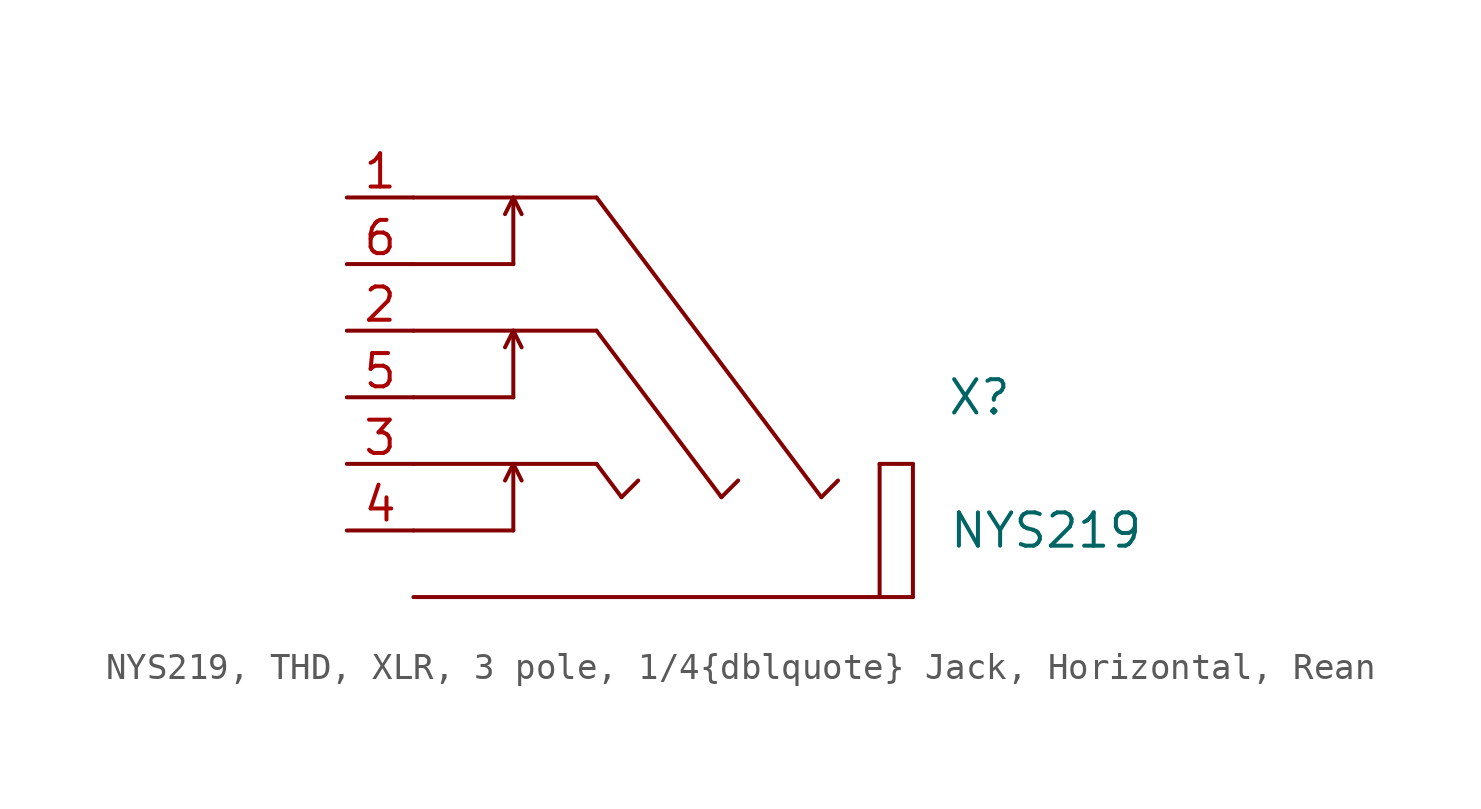
<source format=kicad_sym>
(kicad_symbol_lib
  (version 20241209)
  (generator "kicad_symbol_editor")
  (generator_version "9.0")
  (symbol "NYS219, THD, XLR, 3 pole, 1/4{dblquote} Jack, Horizontal, Rean"
    (pin_names
      (offset 0.254)
      (hide yes))
    (property "Reference" "X"
      (at 16.51 0 0)
      (effects (font (size 1.27 1.27))))
    (property "Value" "NYS219"
      (at 19.05 -5.08 0)
      (effects (font (size 1.27 1.27))))
    (property "Label" ""
      (at 0 0 0)
      (effects (font (size 1.27 1.27) (thickness 0.254) (bold yes))))
    (symbol "NYS219, THD, XLR, 3 pole, 1/4{dblquote} Jack, Horizontal, Rean_0_0"
      (polyline (pts (xy -5.08 7.62) (xy 1.905 7.62)) (stroke (width 0.152) (type default)) (fill (type none)))
      (polyline (pts (xy -5.08 2.54) (xy 1.905 2.54)) (stroke (width 0.152) (type default)) (fill (type none)))
      (polyline (pts (xy -5.08 -2.54) (xy 1.905 -2.54)) (stroke (width 0.152) (type default)) (fill (type none)))
      (polyline (pts (xy -5.08 -7.62) (xy 12.7 -7.62)) (stroke (width 0.152) (type default)) (fill (type none)))
      (polyline (pts (xy -1.27 7.62) (xy -1.587 6.985)) (stroke (width 0.152) (type default)) (fill (type none)))
      (polyline (pts (xy -1.27 7.62) (xy -1.27 5.08)) (stroke (width 0.152) (type default)) (fill (type none)))
      (polyline (pts (xy -1.27 7.62) (xy -0.953 6.985)) (stroke (width 0.152) (type default)) (fill (type none)))
      (polyline (pts (xy -1.27 5.08) (xy -5.08 5.08)) (stroke (width 0.152) (type default)) (fill (type none)))
      (polyline (pts (xy -1.27 2.54) (xy -1.587 1.905)) (stroke (width 0.152) (type default)) (fill (type none)))
      (polyline (pts (xy -1.27 2.54) (xy -1.27 0)) (stroke (width 0.152) (type default)) (fill (type none)))
      (polyline (pts (xy -1.27 2.54) (xy -0.953 1.905)) (stroke (width 0.152) (type default)) (fill (type none)))
      (polyline (pts (xy -1.27 0) (xy -5.08 0)) (stroke (width 0.152) (type default)) (fill (type none)))
      (polyline (pts (xy -1.27 -2.54) (xy -1.587 -3.175)) (stroke (width 0.152) (type default)) (fill (type none)))
      (polyline (pts (xy -1.27 -2.54) (xy -1.27 -5.08)) (stroke (width 0.152) (type default)) (fill (type none)))
      (polyline (pts (xy -1.27 -2.54) (xy -0.953 -3.175)) (stroke (width 0.152) (type default)) (fill (type none)))
      (polyline (pts (xy -1.27 -5.08) (xy -5.08 -5.08)) (stroke (width 0.152) (type default)) (fill (type none)))
      (polyline (pts (xy 1.905 7.62) (xy 10.477 -3.81)) (stroke (width 0.152) (type default)) (fill (type none)))
      (polyline (pts (xy 1.905 2.54) (xy 6.668 -3.81)) (stroke (width 0.152) (type default)) (fill (type none)))
      (polyline (pts (xy 1.905 -2.54) (xy 2.857 -3.81)) (stroke (width 0.152) (type default)) (fill (type none)))
      (polyline (pts (xy 2.857 -3.81) (xy 3.493 -3.175)) (stroke (width 0.152) (type default)) (fill (type none)))
      (polyline (pts (xy 6.668 -3.81) (xy 7.303 -3.175)) (stroke (width 0.152) (type default)) (fill (type none)))
      (polyline (pts (xy 10.477 -3.81) (xy 11.113 -3.175)) (stroke (width 0.152) (type default)) (fill (type none)))
      (polyline (pts (xy 12.7 -7.62) (xy 12.7 -2.54)) (stroke (width 0.152) (type default)) (fill (type none)))
      (polyline (pts (xy 13.97 -2.54) (xy 12.7 -2.54)) (stroke (width 0.152) (type default)) (fill (type none)))
      (polyline (pts (xy 13.97 -7.62) (xy 12.7 -7.62)) (stroke (width 0.152) (type default)) (fill (type none)))
      (polyline (pts (xy 13.97 -7.62) (xy 13.97 -2.54)) (stroke (width 0.152) (type default)) (fill (type none))))
    (symbol "NYS219, THD, XLR, 3 pole, 1/4{dblquote} Jack, Horizontal, Rean_1_0"
      (pin passive line (at -7.62 7.62 0) (length 2.54) (name "1" (effects (font (size 1.27 1.27)))) (number "1" (effects (font (size 1.27 1.27)))))
      (pin passive line (at -7.62 5.08 0) (length 2.54) (name "6" (effects (font (size 1.27 1.27)))) (number "6" (effects (font (size 1.27 1.27)))))
      (pin passive line (at -7.62 2.54 0) (length 2.54) (name "2" (effects (font (size 1.27 1.27)))) (number "2" (effects (font (size 1.27 1.27)))))
      (pin passive line (at -7.62 0 0) (length 2.54) (name "5" (effects (font (size 1.27 1.27)))) (number "5" (effects (font (size 1.27 1.27)))))
      (pin passive line (at -7.62 -2.54 0) (length 2.54) (name "3" (effects (font (size 1.27 1.27)))) (number "3" (effects (font (size 1.27 1.27)))))
      (pin passive line (at -7.62 -5.08 0) (length 2.54) (name "4" (effects (font (size 1.27 1.27)))) (number "4" (effects (font (size 1.27 1.27))))))))
</source>
